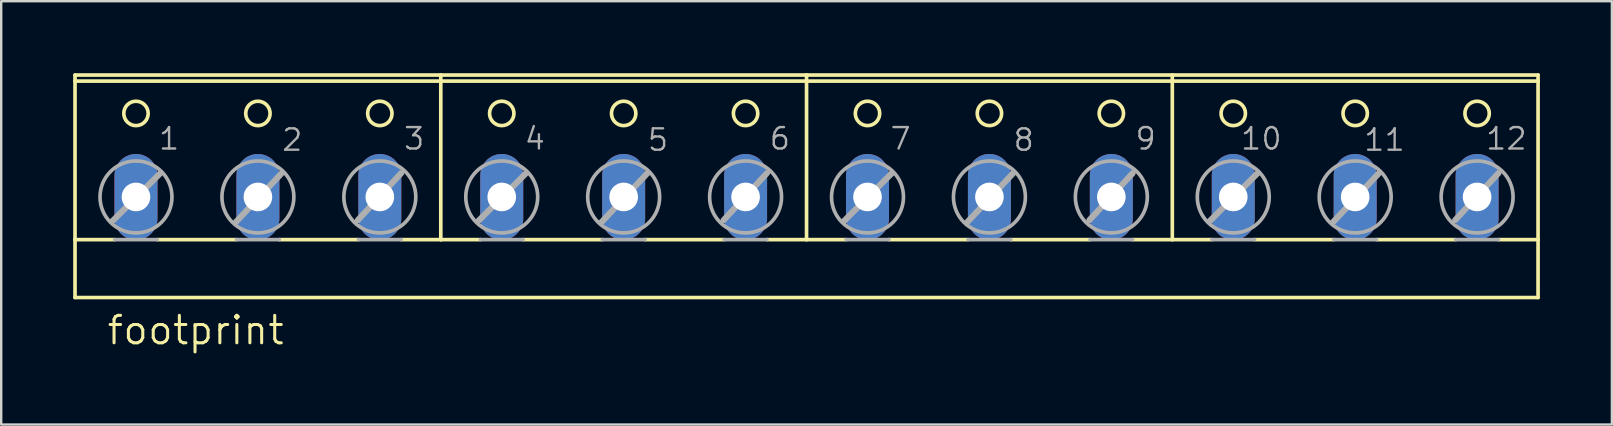
<source format=kicad_pcb>
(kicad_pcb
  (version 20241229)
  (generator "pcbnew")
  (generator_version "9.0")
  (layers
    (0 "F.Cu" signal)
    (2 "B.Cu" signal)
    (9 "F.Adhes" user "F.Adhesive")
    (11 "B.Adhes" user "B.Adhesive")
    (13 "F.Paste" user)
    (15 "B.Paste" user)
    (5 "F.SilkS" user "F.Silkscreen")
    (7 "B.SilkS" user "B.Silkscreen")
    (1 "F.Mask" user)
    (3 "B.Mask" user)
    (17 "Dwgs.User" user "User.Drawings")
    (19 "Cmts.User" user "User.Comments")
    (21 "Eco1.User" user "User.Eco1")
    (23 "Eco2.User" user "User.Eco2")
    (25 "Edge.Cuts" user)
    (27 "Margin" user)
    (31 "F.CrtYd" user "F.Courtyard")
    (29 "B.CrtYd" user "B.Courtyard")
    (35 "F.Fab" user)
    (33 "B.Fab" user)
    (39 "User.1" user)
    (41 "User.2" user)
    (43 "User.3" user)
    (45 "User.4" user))
  (footprint "footprint"
    (layer "F.Cu")
    (at 30.556 4.521)
    (property "Reference" "footprint" (at -29.21 6.858 0) (layer "F.SilkS") (effects (font (size 1.143 1.143) (thickness 0.127)) (justify left bottom)))
    (fp_line (start -30.48 -4.191) (end -30.48 -4.445) (stroke (width 0.152) (type solid)) (layer "F.SilkS"))
    (fp_line (start -30.48 2.413) (end -30.48 -4.191) (stroke (width 0.152) (type solid)) (layer "F.SilkS"))
    (fp_line (start -30.48 2.413) (end -28.829 2.413) (stroke (width 0.152) (type solid)) (layer "F.SilkS"))
    (fp_line (start -30.48 4.826) (end -30.48 2.413) (stroke (width 0.152) (type solid)) (layer "F.SilkS"))
    (fp_line (start -30.48 4.826) (end 30.48 4.826) (stroke (width 0.152) (type solid)) (layer "F.SilkS"))
    (fp_line (start -27.051 2.413) (end -23.749 2.413) (stroke (width 0.152) (type solid)) (layer "F.SilkS"))
    (fp_line (start -21.971 2.413) (end -18.669 2.413) (stroke (width 0.152) (type solid)) (layer "F.SilkS"))
    (fp_line (start -16.891 2.413) (end -15.24 2.413) (stroke (width 0.152) (type solid)) (layer "F.SilkS"))
    (fp_line (start -15.24 -4.445) (end -30.48 -4.445) (stroke (width 0.152) (type solid)) (layer "F.SilkS"))
    (fp_line (start -15.24 -4.445) (end -15.24 2.413) (stroke (width 0.152) (type solid)) (layer "F.SilkS"))
    (fp_line (start -15.24 2.413) (end -13.589 2.413) (stroke (width 0.152) (type solid)) (layer "F.SilkS"))
    (fp_line (start -11.811 2.413) (end -8.509 2.413) (stroke (width 0.152) (type solid)) (layer "F.SilkS"))
    (fp_line (start -6.731 2.413) (end -3.429 2.413) (stroke (width 0.152) (type solid)) (layer "F.SilkS"))
    (fp_line (start -1.651 2.413) (end 0 2.413) (stroke (width 0.152) (type solid)) (layer "F.SilkS"))
    (fp_line (start 0 -4.445) (end -15.24 -4.445) (stroke (width 0.152) (type solid)) (layer "F.SilkS"))
    (fp_line (start 0 -4.445) (end 0 2.413) (stroke (width 0.152) (type solid)) (layer "F.SilkS"))
    (fp_line (start 0 2.413) (end 1.651 2.413) (stroke (width 0.152) (type solid)) (layer "F.SilkS"))
    (fp_line (start 3.429 2.413) (end 6.731 2.413) (stroke (width 0.152) (type solid)) (layer "F.SilkS"))
    (fp_line (start 8.509 2.413) (end 11.811 2.413) (stroke (width 0.152) (type solid)) (layer "F.SilkS"))
    (fp_line (start 13.589 2.413) (end 15.24 2.413) (stroke (width 0.152) (type solid)) (layer "F.SilkS"))
    (fp_line (start 15.24 -4.445) (end 0 -4.445) (stroke (width 0.152) (type solid)) (layer "F.SilkS"))
    (fp_line (start 15.24 -4.445) (end 15.24 2.413) (stroke (width 0.152) (type solid)) (layer "F.SilkS"))
    (fp_line (start 15.24 2.413) (end 16.891 2.413) (stroke (width 0.152) (type solid)) (layer "F.SilkS"))
    (fp_line (start 18.669 2.413) (end 21.971 2.413) (stroke (width 0.152) (type solid)) (layer "F.SilkS"))
    (fp_line (start 23.749 2.413) (end 27.051 2.413) (stroke (width 0.152) (type solid)) (layer "F.SilkS"))
    (fp_line (start 28.829 2.413) (end 30.48 2.413) (stroke (width 0.152) (type solid)) (layer "F.SilkS"))
    (fp_line (start 30.48 -4.445) (end 15.24 -4.445) (stroke (width 0.152) (type solid)) (layer "F.SilkS"))
    (fp_line (start 30.48 -4.445) (end 30.48 -4.191) (stroke (width 0.152) (type solid)) (layer "F.SilkS"))
    (fp_line (start 30.48 -4.191) (end -30.48 -4.191) (stroke (width 0.152) (type solid)) (layer "F.SilkS"))
    (fp_line (start 30.48 -4.191) (end 30.48 2.413) (stroke (width 0.152) (type solid)) (layer "F.SilkS"))
    (fp_line (start 30.48 2.413) (end 30.48 4.826) (stroke (width 0.152) (type solid)) (layer "F.SilkS"))
    (fp_circle (center -27.94 -2.845) (end -27.432 -2.845) (stroke (width 0.152) (type solid)) (fill no) (layer "F.SilkS"))
    (fp_circle (center -22.86 -2.845) (end -22.352 -2.845) (stroke (width 0.152) (type solid)) (fill no) (layer "F.SilkS"))
    (fp_circle (center -17.78 -2.845) (end -17.272 -2.845) (stroke (width 0.152) (type solid)) (fill no) (layer "F.SilkS"))
    (fp_circle (center -12.7 -2.845) (end -12.192 -2.845) (stroke (width 0.152) (type solid)) (fill no) (layer "F.SilkS"))
    (fp_circle (center -7.62 -2.845) (end -7.112 -2.845) (stroke (width 0.152) (type solid)) (fill no) (layer "F.SilkS"))
    (fp_circle (center -2.54 -2.845) (end -2.032 -2.845) (stroke (width 0.152) (type solid)) (fill no) (layer "F.SilkS"))
    (fp_circle (center 2.54 -2.845) (end 3.048 -2.845) (stroke (width 0.152) (type solid)) (fill no) (layer "F.SilkS"))
    (fp_circle (center 7.62 -2.845) (end 8.128 -2.845) (stroke (width 0.152) (type solid)) (fill no) (layer "F.SilkS"))
    (fp_circle (center 12.7 -2.845) (end 13.208 -2.845) (stroke (width 0.152) (type solid)) (fill no) (layer "F.SilkS"))
    (fp_circle (center 17.78 -2.845) (end 18.288 -2.845) (stroke (width 0.152) (type solid)) (fill no) (layer "F.SilkS"))
    (fp_circle (center 22.86 -2.845) (end 23.368 -2.845) (stroke (width 0.152) (type solid)) (fill no) (layer "F.SilkS"))
    (fp_circle (center 27.94 -2.845) (end 28.448 -2.845) (stroke (width 0.152) (type solid)) (fill no) (layer "F.SilkS"))
    (fp_line (start -28.931 1.651) (end -26.924 -0.356) (stroke (width 0.254) (type solid)) (layer "F.Fab"))
    (fp_line (start -28.829 2.413) (end -27.051 2.413) (stroke (width 0.152) (type solid)) (layer "F.Fab"))
    (fp_line (start -23.774 1.676) (end -21.869 -0.356) (stroke (width 0.254) (type solid)) (layer "F.Fab"))
    (fp_line (start -23.749 2.413) (end -21.971 2.413) (stroke (width 0.152) (type solid)) (layer "F.Fab"))
    (fp_line (start -18.694 1.6) (end -16.891 -0.356) (stroke (width 0.254) (type solid)) (layer "F.Fab"))
    (fp_line (start -18.669 2.413) (end -16.891 2.413) (stroke (width 0.152) (type solid)) (layer "F.Fab"))
    (fp_line (start -13.691 1.651) (end -11.684 -0.356) (stroke (width 0.254) (type solid)) (layer "F.Fab"))
    (fp_line (start -13.589 2.413) (end -11.811 2.413) (stroke (width 0.152) (type solid)) (layer "F.Fab"))
    (fp_line (start -8.534 1.676) (end -6.629 -0.356) (stroke (width 0.254) (type solid)) (layer "F.Fab"))
    (fp_line (start -8.509 2.413) (end -6.731 2.413) (stroke (width 0.152) (type solid)) (layer "F.Fab"))
    (fp_line (start -3.454 1.6) (end -1.651 -0.356) (stroke (width 0.254) (type solid)) (layer "F.Fab"))
    (fp_line (start -3.429 2.413) (end -1.651 2.413) (stroke (width 0.152) (type solid)) (layer "F.Fab"))
    (fp_line (start 1.549 1.651) (end 3.556 -0.356) (stroke (width 0.254) (type solid)) (layer "F.Fab"))
    (fp_line (start 1.651 2.413) (end 3.429 2.413) (stroke (width 0.152) (type solid)) (layer "F.Fab"))
    (fp_line (start 6.706 1.676) (end 8.611 -0.356) (stroke (width 0.254) (type solid)) (layer "F.Fab"))
    (fp_line (start 6.731 2.413) (end 8.509 2.413) (stroke (width 0.152) (type solid)) (layer "F.Fab"))
    (fp_line (start 11.786 1.6) (end 13.589 -0.356) (stroke (width 0.254) (type solid)) (layer "F.Fab"))
    (fp_line (start 11.811 2.413) (end 13.589 2.413) (stroke (width 0.152) (type solid)) (layer "F.Fab"))
    (fp_line (start 16.789 1.651) (end 18.796 -0.356) (stroke (width 0.254) (type solid)) (layer "F.Fab"))
    (fp_line (start 16.891 2.413) (end 18.669 2.413) (stroke (width 0.152) (type solid)) (layer "F.Fab"))
    (fp_line (start 21.946 1.676) (end 23.851 -0.356) (stroke (width 0.254) (type solid)) (layer "F.Fab"))
    (fp_line (start 21.971 2.413) (end 23.749 2.413) (stroke (width 0.152) (type solid)) (layer "F.Fab"))
    (fp_line (start 27.026 1.6) (end 28.829 -0.356) (stroke (width 0.254) (type solid)) (layer "F.Fab"))
    (fp_line (start 27.051 2.413) (end 28.829 2.413) (stroke (width 0.152) (type solid)) (layer "F.Fab"))
    (fp_circle (center -27.94 0.635) (end -26.441 0.635) (stroke (width 0.152) (type solid)) (fill no) (layer "F.Fab"))
    (fp_circle (center -22.86 0.635) (end -21.361 0.635) (stroke (width 0.152) (type solid)) (fill no) (layer "F.Fab"))
    (fp_circle (center -17.78 0.635) (end -16.281 0.635) (stroke (width 0.152) (type solid)) (fill no) (layer "F.Fab"))
    (fp_circle (center -12.7 0.635) (end -11.201 0.635) (stroke (width 0.152) (type solid)) (fill no) (layer "F.Fab"))
    (fp_circle (center -7.62 0.635) (end -6.121 0.635) (stroke (width 0.152) (type solid)) (fill no) (layer "F.Fab"))
    (fp_circle (center -2.54 0.635) (end -1.041 0.635) (stroke (width 0.152) (type solid)) (fill no) (layer "F.Fab"))
    (fp_circle (center 2.54 0.635) (end 4.039 0.635) (stroke (width 0.152) (type solid)) (fill no) (layer "F.Fab"))
    (fp_circle (center 7.62 0.635) (end 9.119 0.635) (stroke (width 0.152) (type solid)) (fill no) (layer "F.Fab"))
    (fp_circle (center 12.7 0.635) (end 14.199 0.635) (stroke (width 0.152) (type solid)) (fill no) (layer "F.Fab"))
    (fp_circle (center 17.78 0.635) (end 19.279 0.635) (stroke (width 0.152) (type solid)) (fill no) (layer "F.Fab"))
    (fp_circle (center 22.86 0.635) (end 24.359 0.635) (stroke (width 0.152) (type solid)) (fill no) (layer "F.Fab"))
    (fp_circle (center 27.94 0.635) (end 29.439 0.635) (stroke (width 0.152) (type solid)) (fill no) (layer "F.Fab"))
    (fp_text user "7" (at 3.429 -1.27 0) (layer "F.Fab") (effects (font (size 0.892 0.892) (thickness 0.099)) (justify left bottom)))
    (fp_text user "1" (at -27.051 -1.27 0) (layer "F.Fab") (effects (font (size 0.892 0.892) (thickness 0.099)) (justify left bottom)))
    (fp_text user "10" (at 18.034 -1.27 0) (layer "F.Fab") (effects (font (size 0.892 0.892) (thickness 0.099)) (justify left bottom)))
    (fp_text user "2" (at -21.92 -1.219 0) (layer "F.Fab") (effects (font (size 0.892 0.892) (thickness 0.099)) (justify left bottom)))
    (fp_text user "6" (at -1.6 -1.27 0) (layer "F.Fab") (effects (font (size 0.892 0.892) (thickness 0.099)) (justify left bottom)))
    (fp_text user "8" (at 8.56 -1.219 0) (layer "F.Fab") (effects (font (size 0.892 0.892) (thickness 0.099)) (justify left bottom)))
    (fp_text user "5" (at -6.68 -1.219 0) (layer "F.Fab") (effects (font (size 0.892 0.892) (thickness 0.099)) (justify left bottom)))
    (fp_text user "12" (at 28.245 -1.27 0) (layer "F.Fab") (effects (font (size 0.892 0.892) (thickness 0.099)) (justify left bottom)))
    (fp_text user "4" (at -11.811 -1.27 0) (layer "F.Fab") (effects (font (size 0.892 0.892) (thickness 0.099)) (justify left bottom)))
    (fp_text user "3" (at -16.84 -1.27 0) (layer "F.Fab") (effects (font (size 0.892 0.892) (thickness 0.099)) (justify left bottom)))
    (fp_text user "9" (at 13.64 -1.27 0) (layer "F.Fab") (effects (font (size 0.892 0.892) (thickness 0.099)) (justify left bottom)))
    (fp_text user "11" (at 23.165 -1.219 0) (layer "F.Fab") (effects (font (size 0.892 0.892) (thickness 0.099)) (justify left bottom)))
    (pad "1" thru_hole oval (at -27.94 0.635 90) (size 3.581 1.791) (drill 1.194) (layers "*.Cu" "*.Mask"))
    (pad "2" thru_hole oval (at -22.86 0.635 90) (size 3.581 1.791) (drill 1.194) (layers "*.Cu" "*.Mask"))
    (pad "3" thru_hole oval (at -17.78 0.635 90) (size 3.581 1.791) (drill 1.194) (layers "*.Cu" "*.Mask"))
    (pad "4" thru_hole oval (at -12.7 0.635 90) (size 3.581 1.791) (drill 1.194) (layers "*.Cu" "*.Mask"))
    (pad "5" thru_hole oval (at -7.62 0.635 90) (size 3.581 1.791) (drill 1.194) (layers "*.Cu" "*.Mask"))
    (pad "6" thru_hole oval (at -2.54 0.635 90) (size 3.581 1.791) (drill 1.194) (layers "*.Cu" "*.Mask"))
    (pad "7" thru_hole oval (at 2.54 0.635 90) (size 3.581 1.791) (drill 1.194) (layers "*.Cu" "*.Mask"))
    (pad "8" thru_hole oval (at 7.62 0.635 90) (size 3.581 1.791) (drill 1.194) (layers "*.Cu" "*.Mask"))
    (pad "9" thru_hole oval (at 12.7 0.635 90) (size 3.581 1.791) (drill 1.194) (layers "*.Cu" "*.Mask"))
    (pad "10" thru_hole oval (at 17.78 0.635 90) (size 3.581 1.791) (drill 1.194) (layers "*.Cu" "*.Mask"))
    (pad "11" thru_hole oval (at 22.86 0.635 90) (size 3.581 1.791) (drill 1.194) (layers "*.Cu" "*.Mask"))
    (pad "12" thru_hole oval (at 27.94 0.635 90) (size 3.581 1.791) (drill 1.194) (layers "*.Cu" "*.Mask")))
  (gr_rect
    (start -3 -3)
    (end 64.112 14.638)
    (stroke (width 0.1) (type default))
    (fill no)
    (layer "Edge.Cuts")))
</source>
